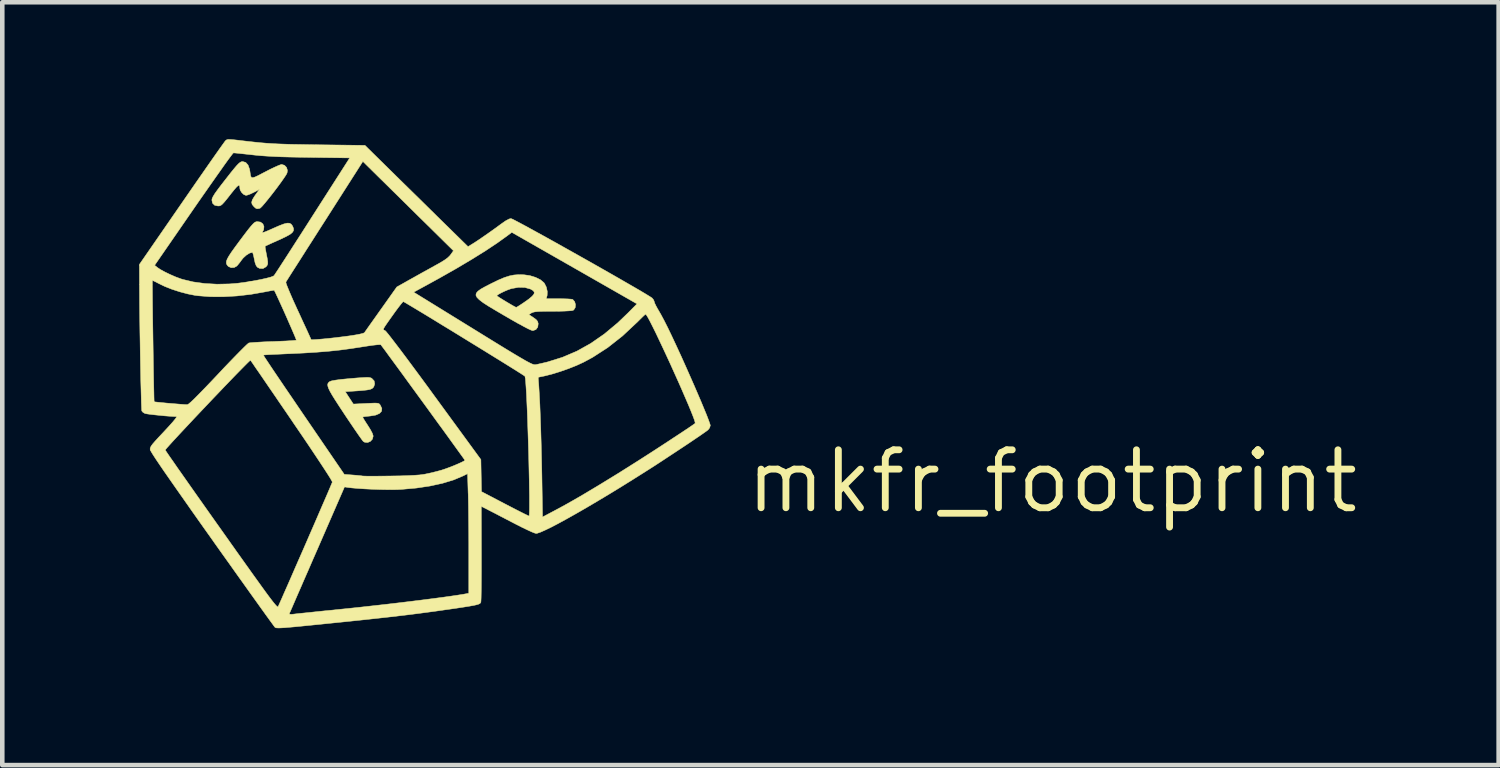
<source format=kicad_pcb>
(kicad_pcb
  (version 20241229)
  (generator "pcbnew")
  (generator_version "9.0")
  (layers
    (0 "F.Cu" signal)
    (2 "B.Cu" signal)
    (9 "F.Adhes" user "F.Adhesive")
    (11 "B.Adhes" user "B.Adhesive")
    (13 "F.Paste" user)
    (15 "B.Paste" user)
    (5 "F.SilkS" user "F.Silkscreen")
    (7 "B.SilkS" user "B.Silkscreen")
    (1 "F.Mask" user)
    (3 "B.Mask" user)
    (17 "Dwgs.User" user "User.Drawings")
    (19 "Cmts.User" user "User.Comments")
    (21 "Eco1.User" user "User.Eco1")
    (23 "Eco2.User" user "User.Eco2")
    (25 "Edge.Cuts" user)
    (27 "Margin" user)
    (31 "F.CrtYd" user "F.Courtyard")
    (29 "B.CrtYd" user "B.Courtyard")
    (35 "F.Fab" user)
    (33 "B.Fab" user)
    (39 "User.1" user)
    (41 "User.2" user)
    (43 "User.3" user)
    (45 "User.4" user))
  (footprint "mkfr_footprint"
    (layer "F.Cu")
    (at 20.007 7.496)
    (property "Reference" "mkfr_footprint" (at 0 0 0) (layer "F.SilkS") (effects (font (size 1.27 1.27) (thickness 0.15))))
    (attr through_hole)
    (fp_poly (pts (xy -14.987 -2.276) (xy -14.951 -2.272) (xy -14.926 -2.264) (xy -14.911 -2.256) (xy -14.859 -2.201) (xy -14.847 -2.134) (xy -14.863 -2.081) (xy -14.881 -2.052) (xy -14.908 -2.03) (xy -14.95 -2.013) (xy -15.014 -2.001) (xy -15.105 -1.991) (xy -15.231 -1.981) (xy -15.262 -1.979) (xy -15.491 -1.964) (xy -15.403 -1.828) (xy -15.314 -1.692) (xy -15.037 -1.706) (xy -14.924 -1.711) (xy -14.846 -1.714) (xy -14.795 -1.712) (xy -14.763 -1.706) (xy -14.743 -1.694) (xy -14.728 -1.675) (xy -14.725 -1.67) (xy -14.69 -1.597) (xy -14.696 -1.536) (xy -14.741 -1.487) (xy -14.823 -1.451) (xy -14.941 -1.431) (xy -14.942 -1.431) (xy -15.019 -1.423) (xy -15.078 -1.416) (xy -15.107 -1.41) (xy -15.108 -1.409) (xy -15.101 -1.389) (xy -15.074 -1.342) (xy -15.032 -1.276) (xy -14.998 -1.224) (xy -14.939 -1.129) (xy -14.898 -1.051) (xy -14.881 -0.997) (xy -14.88 -0.99) (xy -14.897 -0.923) (xy -14.942 -0.874) (xy -15.001 -0.85) (xy -15.064 -0.855) (xy -15.096 -0.873) (xy -15.116 -0.897) (xy -15.155 -0.951) (xy -15.212 -1.032) (xy -15.283 -1.135) (xy -15.365 -1.256) (xy -15.455 -1.389) (xy -15.502 -1.46) (xy -15.615 -1.631) (xy -15.705 -1.77) (xy -15.775 -1.882) (xy -15.825 -1.969) (xy -15.858 -2.037) (xy -15.874 -2.087) (xy -15.877 -2.125) (xy -15.867 -2.153) (xy -15.845 -2.176) (xy -15.827 -2.188) (xy -15.785 -2.202) (xy -15.702 -2.217) (xy -15.581 -2.233) (xy -15.423 -2.248) (xy -15.37 -2.253) (xy -15.226 -2.265) (xy -15.119 -2.272) (xy -15.041 -2.276) (xy -14.987 -2.276)) (stroke (width 0.01) (type solid)) (fill yes) (layer "F.SilkS"))
    (fp_poly (pts (xy -17.349 -5.68) (xy -17.297 -5.641) (xy -17.273 -5.582) (xy -17.28 -5.512) (xy -17.303 -5.468) (xy -17.309 -5.453) (xy -17.292 -5.452) (xy -17.251 -5.465) (xy -17.18 -5.494) (xy -17.076 -5.54) (xy -17.057 -5.549) (xy -16.93 -5.604) (xy -16.834 -5.64) (xy -16.764 -5.657) (xy -16.714 -5.655) (xy -16.677 -5.635) (xy -16.649 -5.597) (xy -16.641 -5.581) (xy -16.624 -5.534) (xy -16.626 -5.492) (xy -16.651 -5.453) (xy -16.702 -5.411) (xy -16.785 -5.365) (xy -16.901 -5.309) (xy -16.954 -5.285) (xy -17.055 -5.24) (xy -17.142 -5.201) (xy -17.206 -5.171) (xy -17.242 -5.155) (xy -17.247 -5.152) (xy -17.247 -5.13) (xy -17.239 -5.078) (xy -17.225 -5.004) (xy -17.221 -4.984) (xy -17.201 -4.882) (xy -17.191 -4.812) (xy -17.191 -4.765) (xy -17.203 -4.732) (xy -17.225 -4.704) (xy -17.23 -4.699) (xy -17.293 -4.662) (xy -17.365 -4.664) (xy -17.414 -4.688) (xy -17.443 -4.723) (xy -17.467 -4.785) (xy -17.485 -4.868) (xy -17.5 -4.941) (xy -17.515 -4.994) (xy -17.526 -5.016) (xy -17.527 -5.016) (xy -17.588 -5) (xy -17.659 -4.956) (xy -17.727 -4.894) (xy -17.759 -4.855) (xy -17.805 -4.792) (xy -17.848 -4.739) (xy -17.869 -4.716) (xy -17.926 -4.684) (xy -17.993 -4.681) (xy -18.052 -4.707) (xy -18.062 -4.717) (xy -18.086 -4.747) (xy -18.098 -4.78) (xy -18.096 -4.82) (xy -18.078 -4.87) (xy -18.042 -4.935) (xy -17.987 -5.019) (xy -17.909 -5.128) (xy -17.808 -5.265) (xy -17.796 -5.281) (xy -17.7 -5.409) (xy -17.625 -5.507) (xy -17.567 -5.579) (xy -17.524 -5.628) (xy -17.491 -5.661) (xy -17.464 -5.679) (xy -17.44 -5.688) (xy -17.423 -5.69) (xy -17.349 -5.68)) (stroke (width 0.01) (type solid)) (fill yes) (layer "F.SilkS"))
    (fp_poly (pts (xy -17.672 -6.986) (xy -17.622 -6.93) (xy -17.589 -6.839) (xy -17.581 -6.795) (xy -17.572 -6.73) (xy -17.563 -6.684) (xy -17.546 -6.659) (xy -17.517 -6.653) (xy -17.47 -6.667) (xy -17.398 -6.7) (xy -17.298 -6.753) (xy -17.239 -6.783) (xy -17.133 -6.838) (xy -17.036 -6.884) (xy -16.957 -6.919) (xy -16.903 -6.939) (xy -16.885 -6.943) (xy -16.823 -6.924) (xy -16.778 -6.877) (xy -16.759 -6.813) (xy -16.767 -6.757) (xy -16.788 -6.716) (xy -16.831 -6.651) (xy -16.889 -6.568) (xy -16.958 -6.473) (xy -17.034 -6.372) (xy -17.112 -6.271) (xy -17.187 -6.177) (xy -17.254 -6.095) (xy -17.309 -6.031) (xy -17.348 -5.992) (xy -17.362 -5.982) (xy -17.413 -5.972) (xy -17.446 -5.978) (xy -17.483 -6.009) (xy -17.495 -6.021) (xy -17.532 -6.066) (xy -17.543 -6.111) (xy -17.529 -6.165) (xy -17.487 -6.236) (xy -17.46 -6.275) (xy -17.372 -6.397) (xy -17.497 -6.331) (xy -17.568 -6.297) (xy -17.631 -6.273) (xy -17.667 -6.265) (xy -17.714 -6.283) (xy -17.76 -6.326) (xy -17.793 -6.379) (xy -17.801 -6.415) (xy -17.804 -6.461) (xy -17.815 -6.483) (xy -17.837 -6.48) (xy -17.873 -6.449) (xy -17.926 -6.388) (xy -18.001 -6.295) (xy -18.016 -6.275) (xy -18.091 -6.18) (xy -18.146 -6.114) (xy -18.186 -6.071) (xy -18.218 -6.046) (xy -18.246 -6.035) (xy -18.275 -6.033) (xy -18.277 -6.032) (xy -18.353 -6.048) (xy -18.4 -6.094) (xy -18.415 -6.163) (xy -18.408 -6.198) (xy -18.386 -6.244) (xy -18.346 -6.309) (xy -18.283 -6.396) (xy -18.2 -6.506) (xy -18.088 -6.649) (xy -17.999 -6.763) (xy -17.929 -6.849) (xy -17.875 -6.913) (xy -17.833 -6.957) (xy -17.801 -6.984) (xy -17.774 -7) (xy -17.751 -7.005) (xy -17.738 -7.006) (xy -17.672 -6.986)) (stroke (width 0.01) (type solid)) (fill yes) (layer "F.SilkS"))
    (fp_poly (pts (xy -11.582 -4.526) (xy -11.447 -4.507) (xy -11.321 -4.468) (xy -11.214 -4.415) (xy -11.138 -4.351) (xy -11.128 -4.338) (xy -11.086 -4.255) (xy -11.065 -4.16) (xy -11.068 -4.072) (xy -11.071 -4.063) (xy -11.088 -4) (xy -10.809 -4) (xy -10.704 -3.999) (xy -10.613 -3.996) (xy -10.545 -3.991) (xy -10.509 -3.985) (xy -10.507 -3.984) (xy -10.465 -3.936) (xy -10.447 -3.872) (xy -10.453 -3.807) (xy -10.484 -3.757) (xy -10.5 -3.746) (xy -10.532 -3.739) (xy -10.6 -3.734) (xy -10.695 -3.729) (xy -10.811 -3.726) (xy -10.94 -3.725) (xy -10.944 -3.725) (xy -11.09 -3.725) (xy -11.2 -3.723) (xy -11.28 -3.719) (xy -11.337 -3.713) (xy -11.376 -3.704) (xy -11.405 -3.692) (xy -11.41 -3.69) (xy -11.47 -3.654) (xy -11.371 -3.589) (xy -11.31 -3.544) (xy -11.278 -3.505) (xy -11.265 -3.459) (xy -11.264 -3.453) (xy -11.274 -3.379) (xy -11.313 -3.326) (xy -11.376 -3.302) (xy -11.387 -3.302) (xy -11.421 -3.313) (xy -11.489 -3.344) (xy -11.586 -3.395) (xy -11.71 -3.462) (xy -11.858 -3.546) (xy -12.013 -3.636) (xy -12.2 -3.746) (xy -12.352 -3.837) (xy -12.47 -3.913) (xy -12.554 -3.977) (xy -12.607 -4.031) (xy -12.623 -4.066) (xy -12.17 -4.066) (xy -12.153 -4.052) (xy -12.108 -4.022) (xy -12.044 -3.982) (xy -11.97 -3.937) (xy -11.894 -3.892) (xy -11.826 -3.852) (xy -11.774 -3.824) (xy -11.747 -3.811) (xy -11.746 -3.811) (xy -11.724 -3.822) (xy -11.676 -3.851) (xy -11.611 -3.894) (xy -11.577 -3.917) (xy -11.468 -3.994) (xy -11.395 -4.056) (xy -11.356 -4.104) (xy -11.35 -4.144) (xy -11.375 -4.178) (xy -11.429 -4.21) (xy -11.435 -4.213) (xy -11.557 -4.247) (xy -11.697 -4.25) (xy -11.847 -4.223) (xy -11.855 -4.221) (xy -11.925 -4.197) (xy -12.001 -4.165) (xy -12.074 -4.13) (xy -12.132 -4.098) (xy -12.166 -4.074) (xy -12.17 -4.066) (xy -12.623 -4.066) (xy -12.629 -4.079) (xy -12.621 -4.122) (xy -12.585 -4.165) (xy -12.522 -4.211) (xy -12.433 -4.261) (xy -12.319 -4.32) (xy -12.291 -4.334) (xy -12.137 -4.409) (xy -12.01 -4.463) (xy -11.9 -4.499) (xy -11.798 -4.52) (xy -11.695 -4.528) (xy -11.582 -4.526)) (stroke (width 0.01) (type solid)) (fill yes) (layer "F.SilkS"))
    (fp_poly (pts (xy -18.007 -7.49) (xy -17.937 -7.484) (xy -17.836 -7.473) (xy -17.765 -7.464) (xy -17.608 -7.446) (xy -17.47 -7.431) (xy -17.342 -7.418) (xy -17.221 -7.408) (xy -17.099 -7.4) (xy -16.97 -7.393) (xy -16.828 -7.388) (xy -16.668 -7.383) (xy -16.483 -7.38) (xy -16.267 -7.376) (xy -16.044 -7.373) (xy -15.06 -7.361) (xy -14.616 -6.924) (xy -14.5 -6.81) (xy -14.361 -6.673) (xy -14.204 -6.519) (xy -14.035 -6.353) (xy -13.861 -6.183) (xy -13.689 -6.013) (xy -13.524 -5.851) (xy -13.487 -5.814) (xy -12.802 -5.142) (xy -12.725 -5.189) (xy -12.651 -5.235) (xy -12.553 -5.3) (xy -12.44 -5.378) (xy -12.321 -5.461) (xy -12.206 -5.543) (xy -12.105 -5.617) (xy -12.082 -5.634) (xy -11.981 -5.705) (xy -11.904 -5.747) (xy -11.861 -5.757) (xy -11.835 -5.747) (xy -11.776 -5.718) (xy -11.687 -5.671) (xy -11.571 -5.609) (xy -11.432 -5.533) (xy -11.273 -5.446) (xy -11.097 -5.349) (xy -10.908 -5.244) (xy -10.71 -5.133) (xy -10.505 -5.018) (xy -10.297 -4.901) (xy -10.089 -4.784) (xy -9.885 -4.668) (xy -9.688 -4.556) (xy -9.501 -4.449) (xy -9.328 -4.349) (xy -9.172 -4.259) (xy -9.036 -4.18) (xy -8.925 -4.114) (xy -8.84 -4.062) (xy -8.786 -4.028) (xy -8.768 -4.015) (xy -8.734 -3.972) (xy -8.721 -3.935) (xy -8.71 -3.9) (xy -8.682 -3.842) (xy -8.643 -3.771) (xy -8.638 -3.763) (xy -8.576 -3.656) (xy -8.507 -3.527) (xy -8.428 -3.371) (xy -8.339 -3.186) (xy -8.237 -2.968) (xy -8.13 -2.736) (xy -8.034 -2.522) (xy -7.941 -2.312) (xy -7.852 -2.11) (xy -7.77 -1.92) (xy -7.695 -1.745) (xy -7.63 -1.588) (xy -7.575 -1.455) (xy -7.534 -1.348) (xy -7.506 -1.271) (xy -7.493 -1.227) (xy -7.493 -1.223) (xy -7.508 -1.172) (xy -7.541 -1.128) (xy -7.572 -1.104) (xy -7.634 -1.06) (xy -7.723 -0.998) (xy -7.834 -0.923) (xy -7.961 -0.837) (xy -8.101 -0.744) (xy -8.249 -0.646) (xy -8.401 -0.546) (xy -8.551 -0.447) (xy -8.695 -0.353) (xy -8.829 -0.267) (xy -8.922 -0.208) (xy -9.198 -0.034) (xy -9.468 0.134) (xy -9.73 0.294) (xy -9.981 0.444) (xy -10.218 0.584) (xy -10.439 0.711) (xy -10.642 0.825) (xy -10.823 0.924) (xy -10.98 1.006) (xy -11.112 1.07) (xy -11.214 1.115) (xy -11.285 1.139) (xy -11.31 1.143) (xy -11.345 1.133) (xy -11.41 1.107) (xy -11.501 1.065) (xy -11.612 1.012) (xy -11.736 0.949) (xy -11.827 0.902) (xy -11.962 0.832) (xy -12.091 0.765) (xy -12.207 0.704) (xy -12.303 0.655) (xy -12.373 0.619) (xy -12.399 0.605) (xy -12.511 0.549) (xy -12.509 1.582) (xy -12.509 1.788) (xy -12.509 1.981) (xy -12.51 2.159) (xy -12.511 2.316) (xy -12.513 2.447) (xy -12.515 2.55) (xy -12.518 2.619) (xy -12.521 2.65) (xy -12.521 2.651) (xy -12.53 2.667) (xy -12.547 2.681) (xy -12.575 2.694) (xy -12.62 2.707) (xy -12.685 2.721) (xy -12.775 2.737) (xy -12.893 2.756) (xy -13.044 2.779) (xy -13.231 2.806) (xy -13.282 2.813) (xy -13.499 2.844) (xy -13.706 2.872) (xy -13.91 2.899) (xy -14.115 2.925) (xy -14.327 2.95) (xy -14.552 2.976) (xy -14.795 3.003) (xy -15.062 3.032) (xy -15.357 3.063) (xy -15.687 3.097) (xy -15.827 3.111) (xy -16.078 3.137) (xy -16.291 3.158) (xy -16.469 3.176) (xy -16.614 3.19) (xy -16.731 3.2) (xy -16.823 3.208) (xy -16.893 3.212) (xy -16.944 3.214) (xy -16.981 3.213) (xy -17.005 3.211) (xy -17.021 3.206) (xy -17.03 3.201) (xy -17.046 3.182) (xy -17.083 3.131) (xy -17.143 3.049) (xy -17.222 2.94) (xy -17.247 2.905) (xy -16.719 2.905) (xy -16.705 2.914) (xy -16.66 2.915) (xy -16.634 2.912) (xy -16.593 2.907) (xy -16.515 2.898) (xy -16.405 2.887) (xy -16.268 2.873) (xy -16.109 2.856) (xy -15.934 2.838) (xy -15.748 2.82) (xy -15.695 2.814) (xy -15.43 2.787) (xy -15.156 2.758) (xy -14.878 2.727) (xy -14.6 2.696) (xy -14.327 2.664) (xy -14.062 2.632) (xy -13.811 2.601) (xy -13.577 2.571) (xy -13.364 2.543) (xy -13.178 2.517) (xy -13.022 2.494) (xy -12.902 2.475) (xy -12.843 2.464) (xy -12.785 2.452) (xy -12.785 1.57) (xy -12.785 1.36) (xy -12.786 1.145) (xy -12.788 0.933) (xy -12.79 0.731) (xy -12.792 0.548) (xy -12.795 0.392) (xy -12.798 0.269) (xy -12.799 0.261) (xy -12.812 -0.167) (xy -12.91 -0.118) (xy -13.116 -0.031) (xy -13.359 0.043) (xy -13.633 0.103) (xy -13.934 0.148) (xy -14.258 0.177) (xy -14.33 0.181) (xy -14.444 0.184) (xy -14.585 0.183) (xy -14.744 0.18) (xy -14.91 0.174) (xy -15.073 0.166) (xy -15.222 0.156) (xy -15.348 0.145) (xy -15.432 0.135) (xy -15.508 0.123) (xy -16.109 1.504) (xy -16.209 1.732) (xy -16.303 1.949) (xy -16.392 2.152) (xy -16.472 2.337) (xy -16.544 2.501) (xy -16.605 2.642) (xy -16.654 2.756) (xy -16.691 2.84) (xy -16.713 2.89) (xy -16.719 2.905) (xy -17.247 2.905) (xy -17.319 2.805) (xy -17.432 2.647) (xy -17.561 2.467) (xy -17.702 2.269) (xy -17.856 2.054) (xy -18.019 1.824) (xy -18.192 1.582) (xy -18.371 1.33) (xy -18.405 1.281) (xy -18.639 0.952) (xy -18.848 0.656) (xy -19.033 0.392) (xy -19.196 0.16) (xy -19.337 -0.042) (xy -19.457 -0.214) (xy -19.556 -0.359) (xy -19.635 -0.476) (xy -19.695 -0.568) (xy -19.736 -0.634) (xy -19.759 -0.676) (xy -19.763 -0.685) (xy -19.436 -0.685) (xy -19.424 -0.666) (xy -19.389 -0.614) (xy -19.333 -0.532) (xy -19.257 -0.424) (xy -19.164 -0.289) (xy -19.054 -0.133) (xy -18.929 0.045) (xy -18.792 0.24) (xy -18.643 0.451) (xy -18.484 0.676) (xy -18.317 0.912) (xy -18.211 1.061) (xy -18.01 1.345) (xy -17.832 1.596) (xy -17.675 1.816) (xy -17.539 2.007) (xy -17.421 2.171) (xy -17.321 2.31) (xy -17.237 2.426) (xy -17.167 2.521) (xy -17.11 2.596) (xy -17.065 2.654) (xy -17.03 2.696) (xy -17.004 2.725) (xy -16.986 2.742) (xy -16.973 2.749) (xy -16.965 2.748) (xy -16.962 2.744) (xy -16.95 2.717) (xy -16.922 2.655) (xy -16.88 2.561) (xy -16.826 2.437) (xy -16.76 2.288) (xy -16.685 2.117) (xy -16.602 1.926) (xy -16.512 1.72) (xy -16.416 1.502) (xy -16.361 1.376) (xy -16.264 1.152) (xy -16.171 0.939) (xy -16.085 0.74) (xy -16.007 0.559) (xy -15.937 0.398) (xy -15.878 0.262) (xy -15.831 0.152) (xy -15.798 0.073) (xy -15.779 0.028) (xy -15.775 0.018) (xy -15.785 -0.006) (xy -15.818 -0.064) (xy -15.874 -0.153) (xy -15.951 -0.272) (xy -16.049 -0.421) (xy -16.166 -0.597) (xy -16.301 -0.799) (xy -16.455 -1.026) (xy -16.625 -1.275) (xy -16.659 -1.326) (xy -16.803 -1.537) (xy -16.941 -1.738) (xy -17.069 -1.926) (xy -17.188 -2.099) (xy -17.293 -2.253) (xy -17.384 -2.386) (xy -17.46 -2.495) (xy -17.516 -2.578) (xy -17.553 -2.631) (xy -17.568 -2.652) (xy -17.569 -2.653) (xy -17.585 -2.64) (xy -17.627 -2.6) (xy -17.692 -2.535) (xy -17.777 -2.449) (xy -17.88 -2.344) (xy -17.996 -2.224) (xy -18.123 -2.092) (xy -18.258 -1.95) (xy -18.399 -1.803) (xy -18.541 -1.653) (xy -18.683 -1.503) (xy -18.821 -1.357) (xy -18.952 -1.217) (xy -19.074 -1.087) (xy -19.183 -0.97) (xy -19.276 -0.869) (xy -19.351 -0.786) (xy -19.404 -0.727) (xy -19.432 -0.692) (xy -19.436 -0.685) (xy -19.763 -0.685) (xy -19.766 -0.692) (xy -19.767 -0.717) (xy -19.76 -0.743) (xy -19.743 -0.775) (xy -19.712 -0.817) (xy -19.663 -0.874) (xy -19.592 -0.952) (xy -19.497 -1.053) (xy -19.463 -1.089) (xy -19.353 -1.208) (xy -19.27 -1.301) (xy -19.215 -1.368) (xy -19.189 -1.407) (xy -19.19 -1.418) (xy -19.255 -1.42) (xy -19.345 -1.426) (xy -19.45 -1.434) (xy -19.561 -1.445) (xy -19.669 -1.456) (xy -19.764 -1.467) (xy -19.836 -1.477) (xy -19.877 -1.485) (xy -19.879 -1.485) (xy -19.926 -1.513) (xy -19.95 -1.542) (xy -19.953 -1.569) (xy -19.956 -1.634) (xy -19.96 -1.734) (xy -19.963 -1.863) (xy -19.967 -2.018) (xy -19.972 -2.195) (xy -19.976 -2.39) (xy -19.98 -2.597) (xy -19.984 -2.814) (xy -19.987 -3.037) (xy -19.991 -3.26) (xy -19.994 -3.48) (xy -19.997 -3.693) (xy -19.999 -3.895) (xy -20 -4.081) (xy -20.001 -4.248) (xy -20.001 -4.297) (xy -20.001 -4.317) (xy -19.719 -4.317) (xy -19.718 -4.224) (xy -19.717 -4.101) (xy -19.716 -3.954) (xy -19.714 -3.787) (xy -19.712 -3.603) (xy -19.709 -3.408) (xy -19.706 -3.205) (xy -19.703 -3) (xy -19.7 -2.796) (xy -19.697 -2.598) (xy -19.694 -2.41) (xy -19.691 -2.237) (xy -19.688 -2.083) (xy -19.685 -1.953) (xy -19.683 -1.85) (xy -19.681 -1.78) (xy -19.679 -1.746) (xy -19.679 -1.744) (xy -19.656 -1.739) (xy -19.6 -1.733) (xy -19.519 -1.725) (xy -19.421 -1.715) (xy -19.314 -1.706) (xy -19.207 -1.697) (xy -19.108 -1.689) (xy -19.027 -1.683) (xy -18.97 -1.68) (xy -18.951 -1.68) (xy -18.925 -1.694) (xy -18.874 -1.737) (xy -18.799 -1.808) (xy -18.699 -1.909) (xy -18.572 -2.039) (xy -18.418 -2.2) (xy -18.277 -2.349) (xy -18.144 -2.491) (xy -18.018 -2.622) (xy -17.903 -2.741) (xy -17.879 -2.765) (xy -17.287 -2.765) (xy -17.276 -2.747) (xy -17.244 -2.697) (xy -17.191 -2.617) (xy -17.12 -2.51) (xy -17.032 -2.379) (xy -16.929 -2.227) (xy -16.814 -2.057) (xy -16.687 -1.871) (xy -16.551 -1.671) (xy -16.408 -1.461) (xy -16.404 -1.455) (xy -15.513 -0.152) (xy -15.329 -0.138) (xy -15.242 -0.131) (xy -15.169 -0.124) (xy -15.121 -0.118) (xy -15.113 -0.116) (xy -15.084 -0.115) (xy -15.019 -0.113) (xy -14.923 -0.113) (xy -14.802 -0.113) (xy -14.662 -0.114) (xy -14.508 -0.116) (xy -14.499 -0.116) (xy -14.288 -0.119) (xy -14.115 -0.125) (xy -13.974 -0.132) (xy -13.861 -0.14) (xy -13.772 -0.152) (xy -13.737 -0.158) (xy -13.625 -0.182) (xy -13.498 -0.213) (xy -13.384 -0.244) (xy -13.377 -0.246) (xy -13.296 -0.273) (xy -13.204 -0.307) (xy -13.109 -0.344) (xy -13.02 -0.382) (xy -12.945 -0.416) (xy -12.892 -0.443) (xy -12.87 -0.459) (xy -12.869 -0.46) (xy -12.881 -0.478) (xy -12.916 -0.527) (xy -12.971 -0.603) (xy -13.044 -0.704) (xy -13.132 -0.826) (xy -13.233 -0.966) (xy -13.345 -1.121) (xy -13.466 -1.286) (xy -13.592 -1.46) (xy -13.722 -1.639) (xy -13.854 -1.82) (xy -13.984 -1.998) (xy -14.111 -2.172) (xy -14.231 -2.338) (xy -14.344 -2.492) (xy -14.446 -2.631) (xy -14.535 -2.752) (xy -14.608 -2.853) (xy -14.664 -2.928) (xy -14.7 -2.976) (xy -14.712 -2.992) (xy -14.738 -2.995) (xy -14.798 -2.991) (xy -14.888 -2.981) (xy -15 -2.965) (xy -15.127 -2.945) (xy -15.368 -2.908) (xy -15.606 -2.876) (xy -15.851 -2.85) (xy -16.111 -2.829) (xy -16.394 -2.811) (xy -16.71 -2.796) (xy -16.741 -2.795) (xy -16.887 -2.788) (xy -17.019 -2.782) (xy -17.131 -2.777) (xy -17.216 -2.772) (xy -17.27 -2.768) (xy -17.287 -2.765) (xy -17.879 -2.765) (xy -17.802 -2.844) (xy -17.718 -2.928) (xy -17.655 -2.989) (xy -17.615 -3.024) (xy -17.604 -3.031) (xy -17.57 -3.036) (xy -17.501 -3.042) (xy -17.402 -3.048) (xy -17.281 -3.055) (xy -17.145 -3.061) (xy -17.067 -3.063) (xy -16.927 -3.069) (xy -16.802 -3.074) (xy -16.697 -3.08) (xy -16.619 -3.086) (xy -16.573 -3.09) (xy -16.564 -3.093) (xy -16.57 -3.113) (xy -16.591 -3.166) (xy -16.625 -3.246) (xy -16.668 -3.346) (xy -16.718 -3.46) (xy -16.772 -3.584) (xy -16.828 -3.71) (xy -16.883 -3.832) (xy -16.935 -3.946) (xy -16.98 -4.044) (xy -17.016 -4.121) (xy -17.041 -4.171) (xy -17.05 -4.186) (xy -17.071 -4.184) (xy -17.124 -4.175) (xy -17.201 -4.161) (xy -17.26 -4.149) (xy -17.562 -4.096) (xy -17.867 -4.061) (xy -18.166 -4.044) (xy -18.451 -4.045) (xy -18.71 -4.065) (xy -18.782 -4.074) (xy -18.943 -4.106) (xy -19.117 -4.152) (xy -19.29 -4.208) (xy -19.447 -4.27) (xy -19.575 -4.332) (xy -19.642 -4.367) (xy -19.692 -4.391) (xy -19.717 -4.399) (xy -19.717 -4.399) (xy -19.718 -4.377) (xy -19.719 -4.317) (xy -20.001 -4.317) (xy -20.002 -4.733) (xy -19.669 -4.733) (xy -19.608 -4.684) (xy -19.54 -4.639) (xy -19.443 -4.586) (xy -19.329 -4.531) (xy -19.21 -4.479) (xy -19.096 -4.437) (xy -19.052 -4.423) (xy -18.825 -4.369) (xy -18.571 -4.334) (xy -18.301 -4.319) (xy -18.024 -4.325) (xy -17.854 -4.339) (xy -17.722 -4.356) (xy -17.656 -4.366) (xy -16.793 -4.366) (xy -16.789 -4.341) (xy -16.768 -4.282) (xy -16.733 -4.196) (xy -16.687 -4.087) (xy -16.631 -3.959) (xy -16.567 -3.819) (xy -16.561 -3.805) (xy -16.494 -3.661) (xy -16.432 -3.525) (xy -16.376 -3.404) (xy -16.329 -3.303) (xy -16.295 -3.228) (xy -16.276 -3.186) (xy -16.276 -3.186) (xy -16.238 -3.101) (xy -16.125 -3.107) (xy -16.061 -3.112) (xy -15.967 -3.12) (xy -15.855 -3.131) (xy -15.737 -3.144) (xy -15.727 -3.145) (xy -15.555 -3.166) (xy -15.402 -3.186) (xy -15.273 -3.206) (xy -15.172 -3.225) (xy -15.104 -3.242) (xy -15.073 -3.255) (xy -15.072 -3.256) (xy -15.057 -3.278) (xy -15.021 -3.329) (xy -15.018 -3.333) (xy -14.656 -3.333) (xy -14.655 -3.32) (xy -14.644 -3.312) (xy -14.626 -3.306) (xy -14.622 -3.304) (xy -14.6 -3.284) (xy -14.555 -3.23) (xy -14.488 -3.145) (xy -14.399 -3.029) (xy -14.289 -2.885) (xy -14.16 -2.713) (xy -14.013 -2.515) (xy -13.848 -2.292) (xy -13.667 -2.046) (xy -13.547 -1.881) (xy -12.52 -0.476) (xy -12.507 0.226) (xy -11.995 0.494) (xy -11.86 0.564) (xy -11.736 0.628) (xy -11.63 0.682) (xy -11.546 0.724) (xy -11.489 0.751) (xy -11.464 0.762) (xy -11.464 0.762) (xy -11.46 0.741) (xy -11.457 0.683) (xy -11.455 0.59) (xy -11.455 0.466) (xy -11.455 0.317) (xy -11.458 0.145) (xy -11.46 0.005) (xy -11.466 -0.275) (xy -11.472 -0.55) (xy -11.48 -0.817) (xy -11.488 -1.072) (xy -11.496 -1.312) (xy -11.504 -1.534) (xy -11.513 -1.734) (xy -11.521 -1.909) (xy -11.53 -2.056) (xy -11.538 -2.172) (xy -11.545 -2.253) (xy -11.55 -2.279) (xy -11.265 -2.279) (xy -11.251 -2.097) (xy -11.24 -1.911) (xy -11.228 -1.687) (xy -11.218 -1.43) (xy -11.208 -1.144) (xy -11.199 -0.834) (xy -11.191 -0.504) (xy -11.184 -0.16) (xy -11.183 -0.101) (xy -11.169 0.783) (xy -10.903 0.642) (xy -10.785 0.579) (xy -10.645 0.502) (xy -10.5 0.42) (xy -10.365 0.342) (xy -10.329 0.322) (xy -9.933 0.085) (xy -9.507 -0.176) (xy -9.055 -0.461) (xy -8.954 -0.526) (xy -8.826 -0.608) (xy -8.688 -0.697) (xy -8.547 -0.789) (xy -8.406 -0.881) (xy -8.27 -0.971) (xy -8.143 -1.054) (xy -8.032 -1.128) (xy -7.939 -1.19) (xy -7.871 -1.237) (xy -7.832 -1.265) (xy -7.825 -1.27) (xy -7.827 -1.295) (xy -7.845 -1.354) (xy -7.878 -1.442) (xy -7.924 -1.557) (xy -7.981 -1.694) (xy -8.048 -1.849) (xy -8.121 -2.018) (xy -8.2 -2.197) (xy -8.283 -2.381) (xy -8.367 -2.568) (xy -8.452 -2.752) (xy -8.535 -2.93) (xy -8.614 -3.097) (xy -8.687 -3.251) (xy -8.754 -3.386) (xy -8.811 -3.499) (xy -8.857 -3.585) (xy -8.891 -3.64) (xy -8.909 -3.662) (xy -8.91 -3.662) (xy -8.929 -3.648) (xy -8.971 -3.609) (xy -9.03 -3.551) (xy -9.1 -3.481) (xy -9.102 -3.48) (xy -9.417 -3.185) (xy -9.741 -2.93) (xy -10.074 -2.715) (xy -10.269 -2.61) (xy -10.423 -2.539) (xy -10.599 -2.469) (xy -10.784 -2.404) (xy -10.963 -2.349) (xy -11.12 -2.309) (xy -11.13 -2.307) (xy -11.265 -2.279) (xy -11.55 -2.279) (xy -11.552 -2.296) (xy -11.555 -2.301) (xy -11.575 -2.316) (xy -11.627 -2.35) (xy -11.709 -2.402) (xy -11.817 -2.47) (xy -11.947 -2.551) (xy -12.095 -2.643) (xy -12.259 -2.744) (xy -12.435 -2.853) (xy -12.619 -2.966) (xy -12.808 -3.082) (xy -12.998 -3.199) (xy -13.187 -3.315) (xy -13.37 -3.426) (xy -13.544 -3.533) (xy -13.705 -3.631) (xy -13.851 -3.719) (xy -13.977 -3.795) (xy -14.081 -3.857) (xy -14.158 -3.903) (xy -14.205 -3.93) (xy -14.22 -3.937) (xy -14.239 -3.921) (xy -14.277 -3.875) (xy -14.33 -3.807) (xy -14.394 -3.721) (xy -14.439 -3.658) (xy -14.521 -3.543) (xy -14.581 -3.457) (xy -14.622 -3.397) (xy -14.646 -3.357) (xy -14.656 -3.333) (xy -15.018 -3.333) (xy -14.967 -3.406) (xy -14.898 -3.503) (xy -14.817 -3.617) (xy -14.728 -3.743) (xy -14.711 -3.766) (xy -14.443 -4.144) (xy -13.993 -4.144) (xy -12.695 -3.344) (xy -12.447 -3.191) (xy -12.231 -3.058) (xy -12.047 -2.945) (xy -11.891 -2.85) (xy -11.76 -2.771) (xy -11.653 -2.708) (xy -11.566 -2.657) (xy -11.497 -2.619) (xy -11.443 -2.591) (xy -11.402 -2.572) (xy -11.372 -2.561) (xy -11.349 -2.555) (xy -11.331 -2.555) (xy -11.324 -2.555) (xy -11.27 -2.566) (xy -11.19 -2.584) (xy -11.096 -2.606) (xy -11.056 -2.616) (xy -10.73 -2.718) (xy -10.416 -2.852) (xy -10.113 -3.021) (xy -9.816 -3.227) (xy -9.522 -3.472) (xy -9.296 -3.689) (xy -9.099 -3.888) (xy -10.471 -4.672) (xy -11.843 -5.455) (xy -11.938 -5.383) (xy -12.159 -5.224) (xy -12.419 -5.051) (xy -12.718 -4.865) (xy -13.056 -4.664) (xy -13.432 -4.451) (xy -13.69 -4.309) (xy -13.993 -4.144) (xy -14.443 -4.144) (xy -14.362 -4.258) (xy -14.087 -4.413) (xy -13.958 -4.485) (xy -13.81 -4.568) (xy -13.661 -4.65) (xy -13.53 -4.723) (xy -13.528 -4.724) (xy -13.406 -4.792) (xy -13.317 -4.847) (xy -13.252 -4.894) (xy -13.207 -4.936) (xy -13.183 -4.965) (xy -13.121 -5.052) (xy -13.72 -5.643) (xy -13.873 -5.793) (xy -14.034 -5.952) (xy -14.197 -6.113) (xy -14.355 -6.269) (xy -14.502 -6.413) (xy -14.63 -6.54) (xy -14.713 -6.621) (xy -15.106 -7.009) (xy -15.942 -5.7) (xy -16.079 -5.487) (xy -16.208 -5.284) (xy -16.33 -5.094) (xy -16.441 -4.919) (xy -16.54 -4.764) (xy -16.626 -4.63) (xy -16.696 -4.52) (xy -16.748 -4.438) (xy -16.781 -4.385) (xy -16.793 -4.366) (xy -17.656 -4.366) (xy -17.584 -4.377) (xy -17.449 -4.401) (xy -17.323 -4.426) (xy -17.213 -4.451) (xy -17.126 -4.474) (xy -17.07 -4.495) (xy -17.054 -4.505) (xy -17.037 -4.529) (xy -17 -4.585) (xy -16.944 -4.67) (xy -16.871 -4.783) (xy -16.782 -4.92) (xy -16.681 -5.077) (xy -16.568 -5.253) (xy -16.445 -5.444) (xy -16.315 -5.647) (xy -16.209 -5.813) (xy -15.394 -7.086) (xy -16.254 -7.097) (xy -16.504 -7.101) (xy -16.717 -7.105) (xy -16.901 -7.11) (xy -17.061 -7.117) (xy -17.203 -7.125) (xy -17.334 -7.134) (xy -17.46 -7.146) (xy -17.515 -7.152) (xy -17.642 -7.166) (xy -17.755 -7.178) (xy -17.848 -7.188) (xy -17.912 -7.194) (xy -17.942 -7.196) (xy -17.942 -7.196) (xy -17.958 -7.179) (xy -17.996 -7.13) (xy -18.054 -7.052) (xy -18.13 -6.947) (xy -18.221 -6.818) (xy -18.327 -6.668) (xy -18.445 -6.5) (xy -18.573 -6.317) (xy -18.71 -6.121) (xy -18.818 -5.965) (xy -19.669 -4.733) (xy -20.002 -4.733) (xy -20.002 -4.752) (xy -19.081 -6.085) (xy -18.933 -6.299) (xy -18.792 -6.503) (xy -18.659 -6.694) (xy -18.536 -6.871) (xy -18.425 -7.03) (xy -18.328 -7.168) (xy -18.247 -7.283) (xy -18.184 -7.371) (xy -18.141 -7.431) (xy -18.12 -7.459) (xy -18.119 -7.46) (xy -18.101 -7.476) (xy -18.082 -7.486) (xy -18.052 -7.491) (xy -18.007 -7.49)) (stroke (width 0.01) (type solid)) (fill yes) (layer "F.SilkS")))
  (gr_rect
    (start -3 -3)
    (end 29.788 13.715)
    (stroke (width 0.1) (type default))
    (fill no)
    (layer "Edge.Cuts")))
</source>
